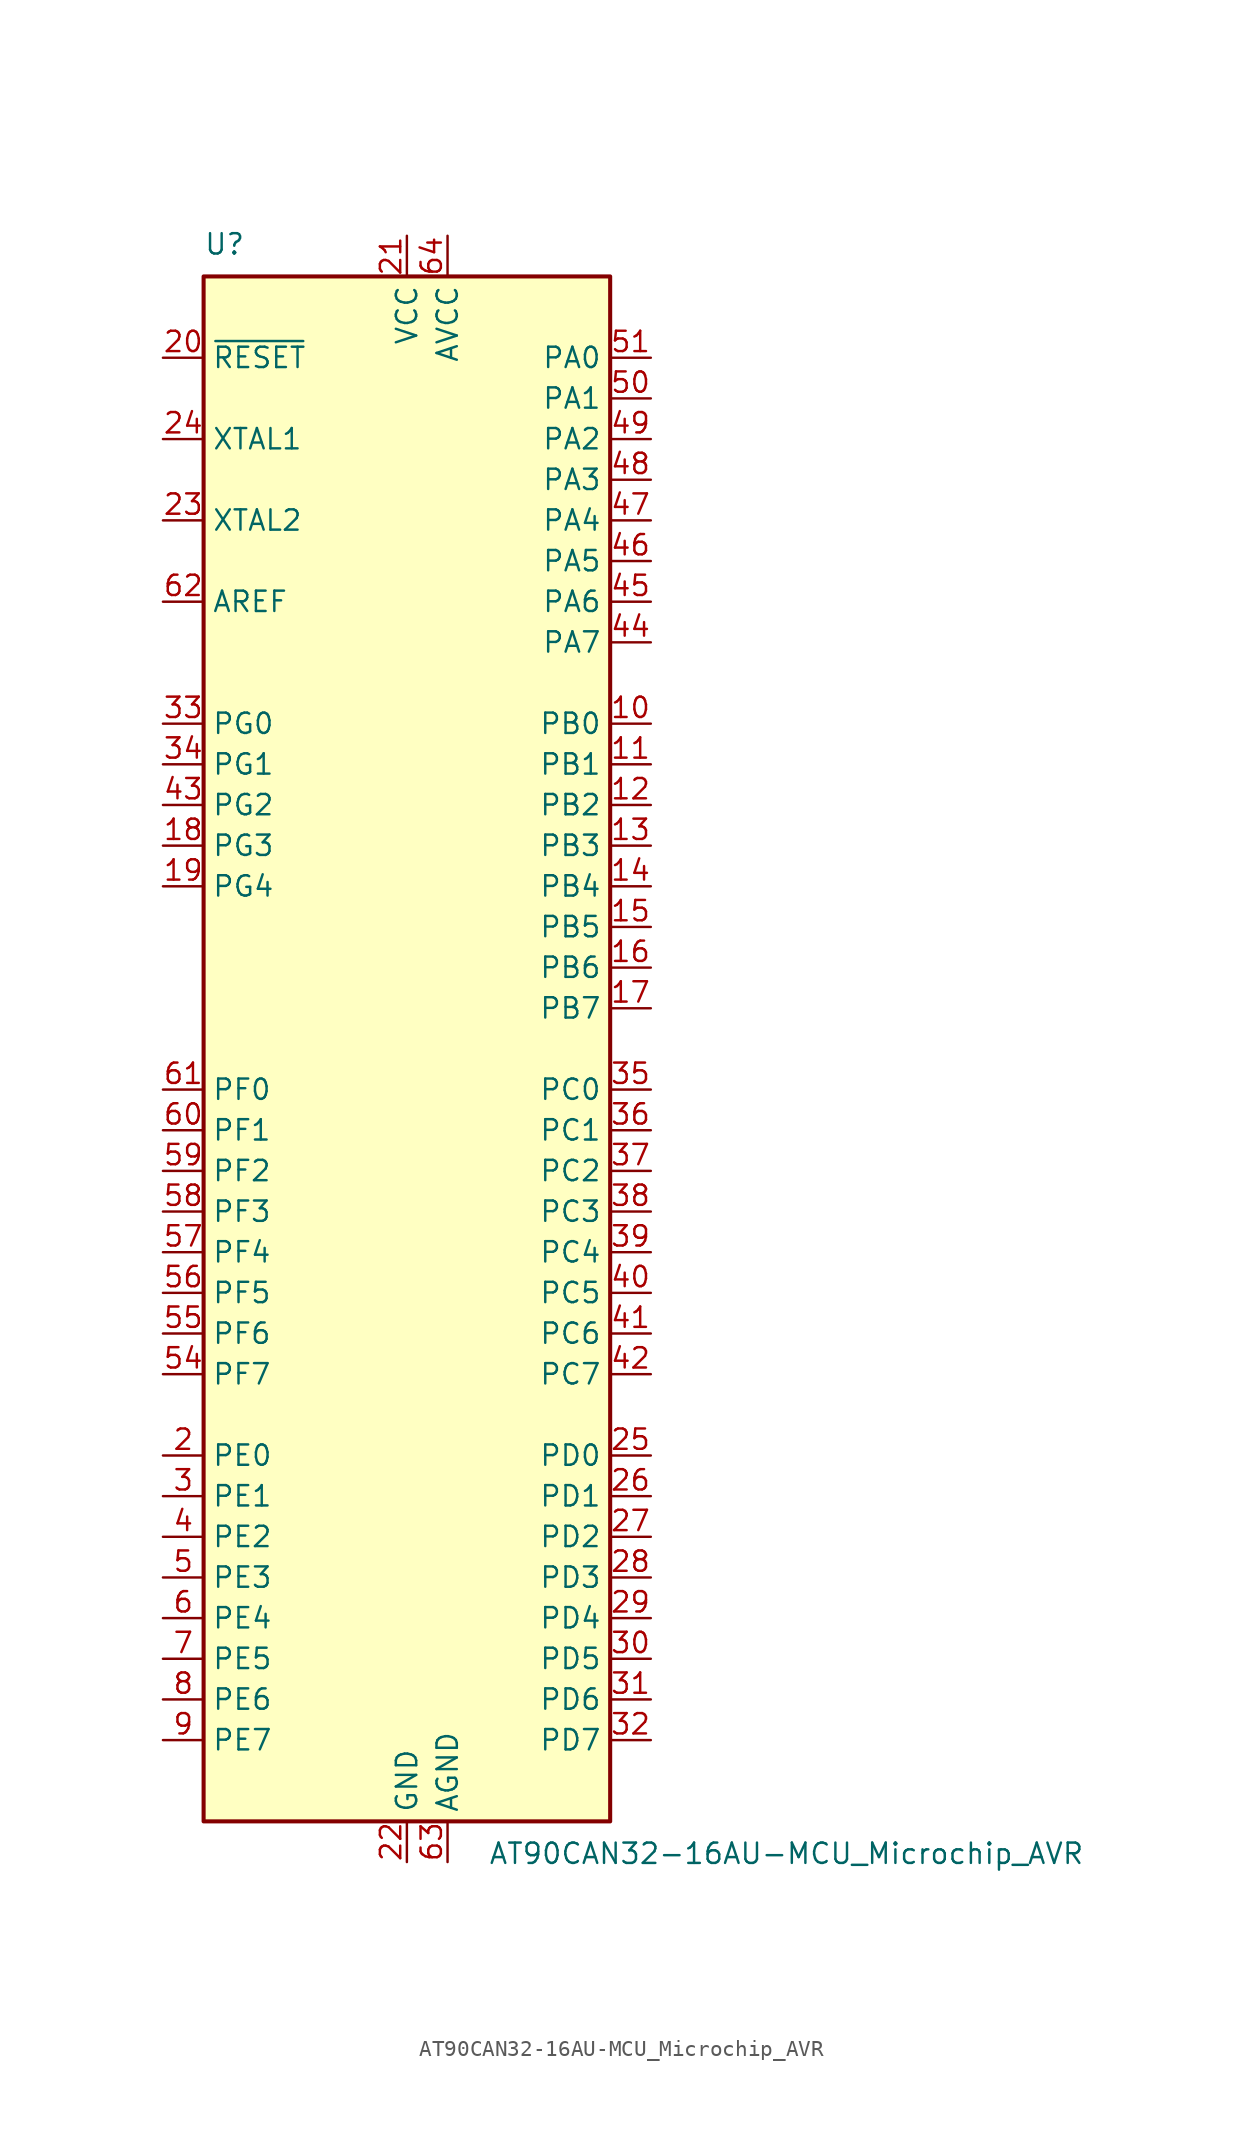
<source format=kicad_sym>
(kicad_symbol_lib
  (version 20231120)
  (generator "kicad_symbol_editor")
  (generator_version "8.0")
  (symbol "AT90CAN32-16AU-MCU_Microchip_AVR"
    (property "Reference" "U"
      (at -12.7 49.53 0)
      (effects (font (size 1.27 1.27)) (justify left bottom)))
    (property "Value" "AT90CAN32-16AU-MCU_Microchip_AVR"
      (at 5.08 -49.53 0)
      (effects (font (size 1.27 1.27)) (justify left top)))
    (symbol "AT90CAN32-16AU-MCU_Microchip_AVR_0_1"
      (rectangle (start -12.7 -48.26) (end 12.7 48.26) (stroke (width 0.254) (type solid)) (fill (type background))))
    (symbol "AT90CAN32-16AU-MCU_Microchip_AVR_1_1"
      (pin no_connect line (at -12.7 -45.72 0) (length 2.54) hide (name "NC" (effects (font (size 1.27 1.27)))) (number "1" (effects (font (size 1.27 1.27)))))
      (pin bidirectional line (at 15.24 20.32 180) (length 2.54) (name "PB0" (effects (font (size 1.27 1.27)))) (number "10" (effects (font (size 1.27 1.27)))))
      (pin bidirectional line (at 15.24 17.78 180) (length 2.54) (name "PB1" (effects (font (size 1.27 1.27)))) (number "11" (effects (font (size 1.27 1.27)))))
      (pin bidirectional line (at 15.24 15.24 180) (length 2.54) (name "PB2" (effects (font (size 1.27 1.27)))) (number "12" (effects (font (size 1.27 1.27)))))
      (pin bidirectional line (at 15.24 12.7 180) (length 2.54) (name "PB3" (effects (font (size 1.27 1.27)))) (number "13" (effects (font (size 1.27 1.27)))))
      (pin bidirectional line (at 15.24 10.16 180) (length 2.54) (name "PB4" (effects (font (size 1.27 1.27)))) (number "14" (effects (font (size 1.27 1.27)))))
      (pin bidirectional line (at 15.24 7.62 180) (length 2.54) (name "PB5" (effects (font (size 1.27 1.27)))) (number "15" (effects (font (size 1.27 1.27)))))
      (pin bidirectional line (at 15.24 5.08 180) (length 2.54) (name "PB6" (effects (font (size 1.27 1.27)))) (number "16" (effects (font (size 1.27 1.27)))))
      (pin bidirectional line (at 15.24 2.54 180) (length 2.54) (name "PB7" (effects (font (size 1.27 1.27)))) (number "17" (effects (font (size 1.27 1.27)))))
      (pin bidirectional line (at -15.24 12.7 0) (length 2.54) (name "PG3" (effects (font (size 1.27 1.27)))) (number "18" (effects (font (size 1.27 1.27)))))
      (pin bidirectional line (at -15.24 10.16 0) (length 2.54) (name "PG4" (effects (font (size 1.27 1.27)))) (number "19" (effects (font (size 1.27 1.27)))))
      (pin bidirectional line (at -15.24 -25.4 0) (length 2.54) (name "PE0" (effects (font (size 1.27 1.27)))) (number "2" (effects (font (size 1.27 1.27)))))
      (pin input line (at -15.24 43.18 0) (length 2.54) (name "~{RESET}" (effects (font (size 1.27 1.27)))) (number "20" (effects (font (size 1.27 1.27)))))
      (pin power_in line (at 0 50.8 270) (length 2.54) (name "VCC" (effects (font (size 1.27 1.27)))) (number "21" (effects (font (size 1.27 1.27)))))
      (pin power_in line (at 0 -50.8 90) (length 2.54) (name "GND" (effects (font (size 1.27 1.27)))) (number "22" (effects (font (size 1.27 1.27)))))
      (pin bidirectional line (at -15.24 33.02 0) (length 2.54) (name "XTAL2" (effects (font (size 1.27 1.27)))) (number "23" (effects (font (size 1.27 1.27)))))
      (pin bidirectional line (at -15.24 38.1 0) (length 2.54) (name "XTAL1" (effects (font (size 1.27 1.27)))) (number "24" (effects (font (size 1.27 1.27)))))
      (pin bidirectional line (at 15.24 -25.4 180) (length 2.54) (name "PD0" (effects (font (size 1.27 1.27)))) (number "25" (effects (font (size 1.27 1.27)))))
      (pin bidirectional line (at 15.24 -27.94 180) (length 2.54) (name "PD1" (effects (font (size 1.27 1.27)))) (number "26" (effects (font (size 1.27 1.27)))))
      (pin bidirectional line (at 15.24 -30.48 180) (length 2.54) (name "PD2" (effects (font (size 1.27 1.27)))) (number "27" (effects (font (size 1.27 1.27)))))
      (pin bidirectional line (at 15.24 -33.02 180) (length 2.54) (name "PD3" (effects (font (size 1.27 1.27)))) (number "28" (effects (font (size 1.27 1.27)))))
      (pin bidirectional line (at 15.24 -35.56 180) (length 2.54) (name "PD4" (effects (font (size 1.27 1.27)))) (number "29" (effects (font (size 1.27 1.27)))))
      (pin bidirectional line (at -15.24 -27.94 0) (length 2.54) (name "PE1" (effects (font (size 1.27 1.27)))) (number "3" (effects (font (size 1.27 1.27)))))
      (pin bidirectional line (at 15.24 -38.1 180) (length 2.54) (name "PD5" (effects (font (size 1.27 1.27)))) (number "30" (effects (font (size 1.27 1.27)))))
      (pin bidirectional line (at 15.24 -40.64 180) (length 2.54) (name "PD6" (effects (font (size 1.27 1.27)))) (number "31" (effects (font (size 1.27 1.27)))))
      (pin bidirectional line (at 15.24 -43.18 180) (length 2.54) (name "PD7" (effects (font (size 1.27 1.27)))) (number "32" (effects (font (size 1.27 1.27)))))
      (pin bidirectional line (at -15.24 20.32 0) (length 2.54) (name "PG0" (effects (font (size 1.27 1.27)))) (number "33" (effects (font (size 1.27 1.27)))))
      (pin bidirectional line (at -15.24 17.78 0) (length 2.54) (name "PG1" (effects (font (size 1.27 1.27)))) (number "34" (effects (font (size 1.27 1.27)))))
      (pin bidirectional line (at 15.24 -2.54 180) (length 2.54) (name "PC0" (effects (font (size 1.27 1.27)))) (number "35" (effects (font (size 1.27 1.27)))))
      (pin bidirectional line (at 15.24 -5.08 180) (length 2.54) (name "PC1" (effects (font (size 1.27 1.27)))) (number "36" (effects (font (size 1.27 1.27)))))
      (pin bidirectional line (at 15.24 -7.62 180) (length 2.54) (name "PC2" (effects (font (size 1.27 1.27)))) (number "37" (effects (font (size 1.27 1.27)))))
      (pin bidirectional line (at 15.24 -10.16 180) (length 2.54) (name "PC3" (effects (font (size 1.27 1.27)))) (number "38" (effects (font (size 1.27 1.27)))))
      (pin bidirectional line (at 15.24 -12.7 180) (length 2.54) (name "PC4" (effects (font (size 1.27 1.27)))) (number "39" (effects (font (size 1.27 1.27)))))
      (pin bidirectional line (at -15.24 -30.48 0) (length 2.54) (name "PE2" (effects (font (size 1.27 1.27)))) (number "4" (effects (font (size 1.27 1.27)))))
      (pin bidirectional line (at 15.24 -15.24 180) (length 2.54) (name "PC5" (effects (font (size 1.27 1.27)))) (number "40" (effects (font (size 1.27 1.27)))))
      (pin bidirectional line (at 15.24 -17.78 180) (length 2.54) (name "PC6" (effects (font (size 1.27 1.27)))) (number "41" (effects (font (size 1.27 1.27)))))
      (pin bidirectional line (at 15.24 -20.32 180) (length 2.54) (name "PC7" (effects (font (size 1.27 1.27)))) (number "42" (effects (font (size 1.27 1.27)))))
      (pin bidirectional line (at -15.24 15.24 0) (length 2.54) (name "PG2" (effects (font (size 1.27 1.27)))) (number "43" (effects (font (size 1.27 1.27)))))
      (pin bidirectional line (at 15.24 25.4 180) (length 2.54) (name "PA7" (effects (font (size 1.27 1.27)))) (number "44" (effects (font (size 1.27 1.27)))))
      (pin bidirectional line (at 15.24 27.94 180) (length 2.54) (name "PA6" (effects (font (size 1.27 1.27)))) (number "45" (effects (font (size 1.27 1.27)))))
      (pin bidirectional line (at 15.24 30.48 180) (length 2.54) (name "PA5" (effects (font (size 1.27 1.27)))) (number "46" (effects (font (size 1.27 1.27)))))
      (pin bidirectional line (at 15.24 33.02 180) (length 2.54) (name "PA4" (effects (font (size 1.27 1.27)))) (number "47" (effects (font (size 1.27 1.27)))))
      (pin bidirectional line (at 15.24 35.56 180) (length 2.54) (name "PA3" (effects (font (size 1.27 1.27)))) (number "48" (effects (font (size 1.27 1.27)))))
      (pin bidirectional line (at 15.24 38.1 180) (length 2.54) (name "PA2" (effects (font (size 1.27 1.27)))) (number "49" (effects (font (size 1.27 1.27)))))
      (pin bidirectional line (at -15.24 -33.02 0) (length 2.54) (name "PE3" (effects (font (size 1.27 1.27)))) (number "5" (effects (font (size 1.27 1.27)))))
      (pin bidirectional line (at 15.24 40.64 180) (length 2.54) (name "PA1" (effects (font (size 1.27 1.27)))) (number "50" (effects (font (size 1.27 1.27)))))
      (pin bidirectional line (at 15.24 43.18 180) (length 2.54) (name "PA0" (effects (font (size 1.27 1.27)))) (number "51" (effects (font (size 1.27 1.27)))))
      (pin passive line (at 0 50.8 270) (length 2.54) hide (name "VCC" (effects (font (size 1.27 1.27)))) (number "52" (effects (font (size 1.27 1.27)))))
      (pin passive line (at 0 -50.8 90) (length 2.54) hide (name "GND" (effects (font (size 1.27 1.27)))) (number "53" (effects (font (size 1.27 1.27)))))
      (pin input line (at -15.24 -20.32 0) (length 2.54) (name "PF7" (effects (font (size 1.27 1.27)))) (number "54" (effects (font (size 1.27 1.27)))))
      (pin input line (at -15.24 -17.78 0) (length 2.54) (name "PF6" (effects (font (size 1.27 1.27)))) (number "55" (effects (font (size 1.27 1.27)))))
      (pin input line (at -15.24 -15.24 0) (length 2.54) (name "PF5" (effects (font (size 1.27 1.27)))) (number "56" (effects (font (size 1.27 1.27)))))
      (pin input line (at -15.24 -12.7 0) (length 2.54) (name "PF4" (effects (font (size 1.27 1.27)))) (number "57" (effects (font (size 1.27 1.27)))))
      (pin input line (at -15.24 -10.16 0) (length 2.54) (name "PF3" (effects (font (size 1.27 1.27)))) (number "58" (effects (font (size 1.27 1.27)))))
      (pin input line (at -15.24 -7.62 0) (length 2.54) (name "PF2" (effects (font (size 1.27 1.27)))) (number "59" (effects (font (size 1.27 1.27)))))
      (pin bidirectional line (at -15.24 -35.56 0) (length 2.54) (name "PE4" (effects (font (size 1.27 1.27)))) (number "6" (effects (font (size 1.27 1.27)))))
      (pin input line (at -15.24 -5.08 0) (length 2.54) (name "PF1" (effects (font (size 1.27 1.27)))) (number "60" (effects (font (size 1.27 1.27)))))
      (pin input line (at -15.24 -2.54 0) (length 2.54) (name "PF0" (effects (font (size 1.27 1.27)))) (number "61" (effects (font (size 1.27 1.27)))))
      (pin input line (at -15.24 27.94 0) (length 2.54) (name "AREF" (effects (font (size 1.27 1.27)))) (number "62" (effects (font (size 1.27 1.27)))))
      (pin power_in line (at 2.54 -50.8 90) (length 2.54) (name "AGND" (effects (font (size 1.27 1.27)))) (number "63" (effects (font (size 1.27 1.27)))))
      (pin power_in line (at 2.54 50.8 270) (length 2.54) (name "AVCC" (effects (font (size 1.27 1.27)))) (number "64" (effects (font (size 1.27 1.27)))))
      (pin bidirectional line (at -15.24 -38.1 0) (length 2.54) (name "PE5" (effects (font (size 1.27 1.27)))) (number "7" (effects (font (size 1.27 1.27)))))
      (pin bidirectional line (at -15.24 -40.64 0) (length 2.54) (name "PE6" (effects (font (size 1.27 1.27)))) (number "8" (effects (font (size 1.27 1.27)))))
      (pin bidirectional line (at -15.24 -43.18 0) (length 2.54) (name "PE7" (effects (font (size 1.27 1.27)))) (number "9" (effects (font (size 1.27 1.27))))))))
</source>
